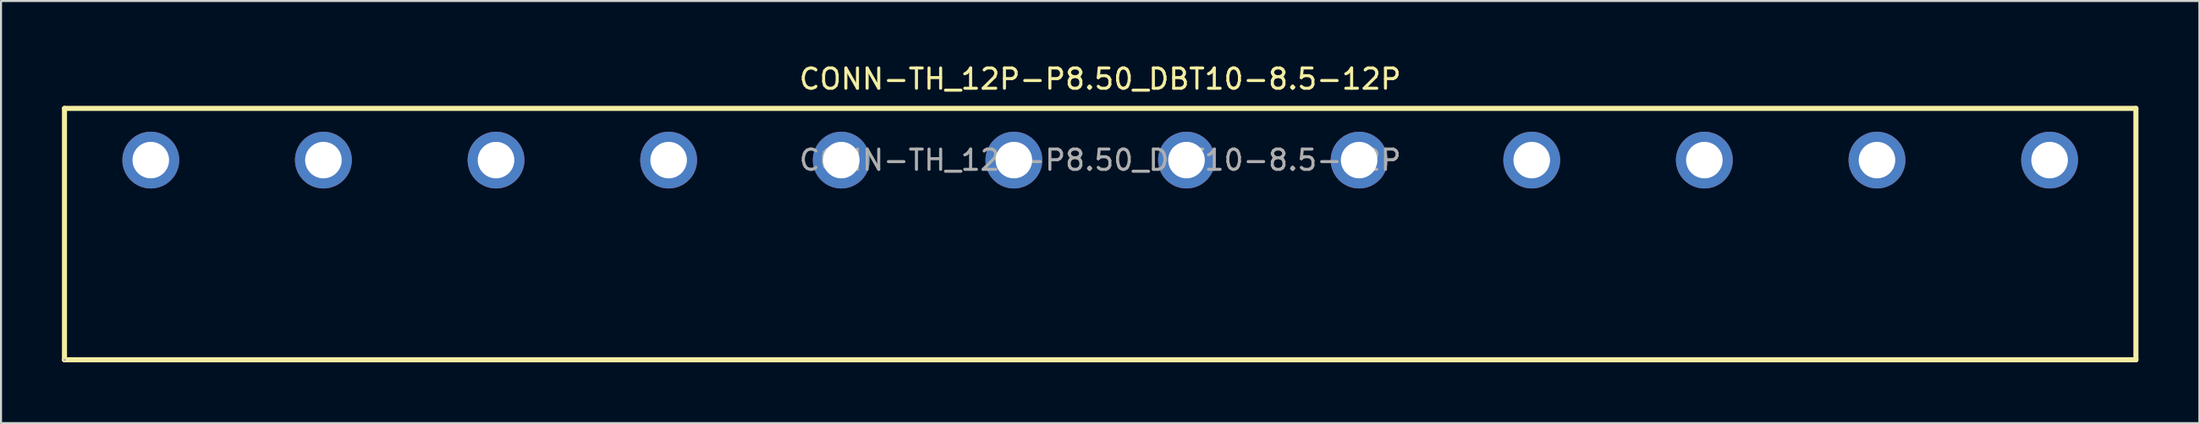
<source format=kicad_pcb>
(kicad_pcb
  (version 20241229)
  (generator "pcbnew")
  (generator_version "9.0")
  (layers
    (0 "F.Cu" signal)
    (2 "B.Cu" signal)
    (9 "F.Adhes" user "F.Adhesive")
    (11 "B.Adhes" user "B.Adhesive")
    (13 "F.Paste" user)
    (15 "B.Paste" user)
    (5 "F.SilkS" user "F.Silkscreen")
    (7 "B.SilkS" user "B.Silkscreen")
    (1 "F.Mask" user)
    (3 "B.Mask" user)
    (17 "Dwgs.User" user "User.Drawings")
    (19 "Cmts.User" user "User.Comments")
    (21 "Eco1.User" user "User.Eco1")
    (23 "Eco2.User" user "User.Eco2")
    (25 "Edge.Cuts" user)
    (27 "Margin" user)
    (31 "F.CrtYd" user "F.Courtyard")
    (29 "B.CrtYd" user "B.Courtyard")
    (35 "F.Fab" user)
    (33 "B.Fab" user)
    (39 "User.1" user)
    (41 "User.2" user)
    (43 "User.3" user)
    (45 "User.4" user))
  (footprint "CONN-TH_12P-P8.50_DBT10-8.5-12P"
    (layer "F.Cu")
    (at 51.125 4.848)
    (property "Reference" "CONN-TH_12P-P8.50_DBT10-8.5-12P" (at 0 -4 0) (layer "F.SilkS") (effects (font (size 1 1) (thickness 0.15))))
    (attr through_hole)
    (fp_line (start -51 -2.55) (end -51 9.85) (stroke (width 0.25) (type solid)) (layer "F.SilkS"))
    (fp_line (start -51 -2.55) (end 51 -2.55) (stroke (width 0.25) (type solid)) (layer "F.SilkS"))
    (fp_line (start 51 -2.55) (end 51 9.85) (stroke (width 0.25) (type solid)) (layer "F.SilkS"))
    (fp_line (start 51 9.85) (end -51 9.85) (stroke (width 0.25) (type solid)) (layer "F.SilkS"))
    (fp_circle (center -50.99 9.85) (end -50.96 9.85) (stroke (width 0.06) (type solid)) (fill no) (layer "F.Fab"))
    (fp_text user "${REFERENCE}" (at 0 0 0) (layer "F.Fab") (effects (font (size 1 1) (thickness 0.15))))
    (pad "1" thru_hole circle (at -46.75 0) (size 2.8 2.8) (drill 1.8) (layers "*.Cu" "*.Mask"))
    (pad "2" thru_hole circle (at -38.25 0) (size 2.8 2.8) (drill 1.8) (layers "*.Cu" "*.Mask"))
    (pad "3" thru_hole circle (at -29.75 0) (size 2.8 2.8) (drill 1.8) (layers "*.Cu" "*.Mask"))
    (pad "4" thru_hole circle (at -21.25 0) (size 2.8 2.8) (drill 1.8) (layers "*.Cu" "*.Mask"))
    (pad "5" thru_hole circle (at -12.75 0) (size 2.8 2.8) (drill 1.8) (layers "*.Cu" "*.Mask"))
    (pad "6" thru_hole circle (at -4.25 0) (size 2.8 2.8) (drill 1.8) (layers "*.Cu" "*.Mask"))
    (pad "7" thru_hole circle (at 4.25 0) (size 2.8 2.8) (drill 1.8) (layers "*.Cu" "*.Mask"))
    (pad "8" thru_hole circle (at 12.75 0) (size 2.8 2.8) (drill 1.8) (layers "*.Cu" "*.Mask"))
    (pad "9" thru_hole circle (at 21.25 0) (size 2.8 2.8) (drill 1.8) (layers "*.Cu" "*.Mask"))
    (pad "10" thru_hole circle (at 29.75 0) (size 2.8 2.8) (drill 1.8) (layers "*.Cu" "*.Mask"))
    (pad "11" thru_hole circle (at 38.25 0) (size 2.8 2.8) (drill 1.8) (layers "*.Cu" "*.Mask"))
    (pad "12" thru_hole circle (at 46.75 0) (size 2.8 2.8) (drill 1.8) (layers "*.Cu" "*.Mask")))
  (gr_rect
    (start -3 -3)
    (end 105.25 17.823)
    (stroke (width 0.1) (type default))
    (fill no)
    (layer "Edge.Cuts")))
</source>
